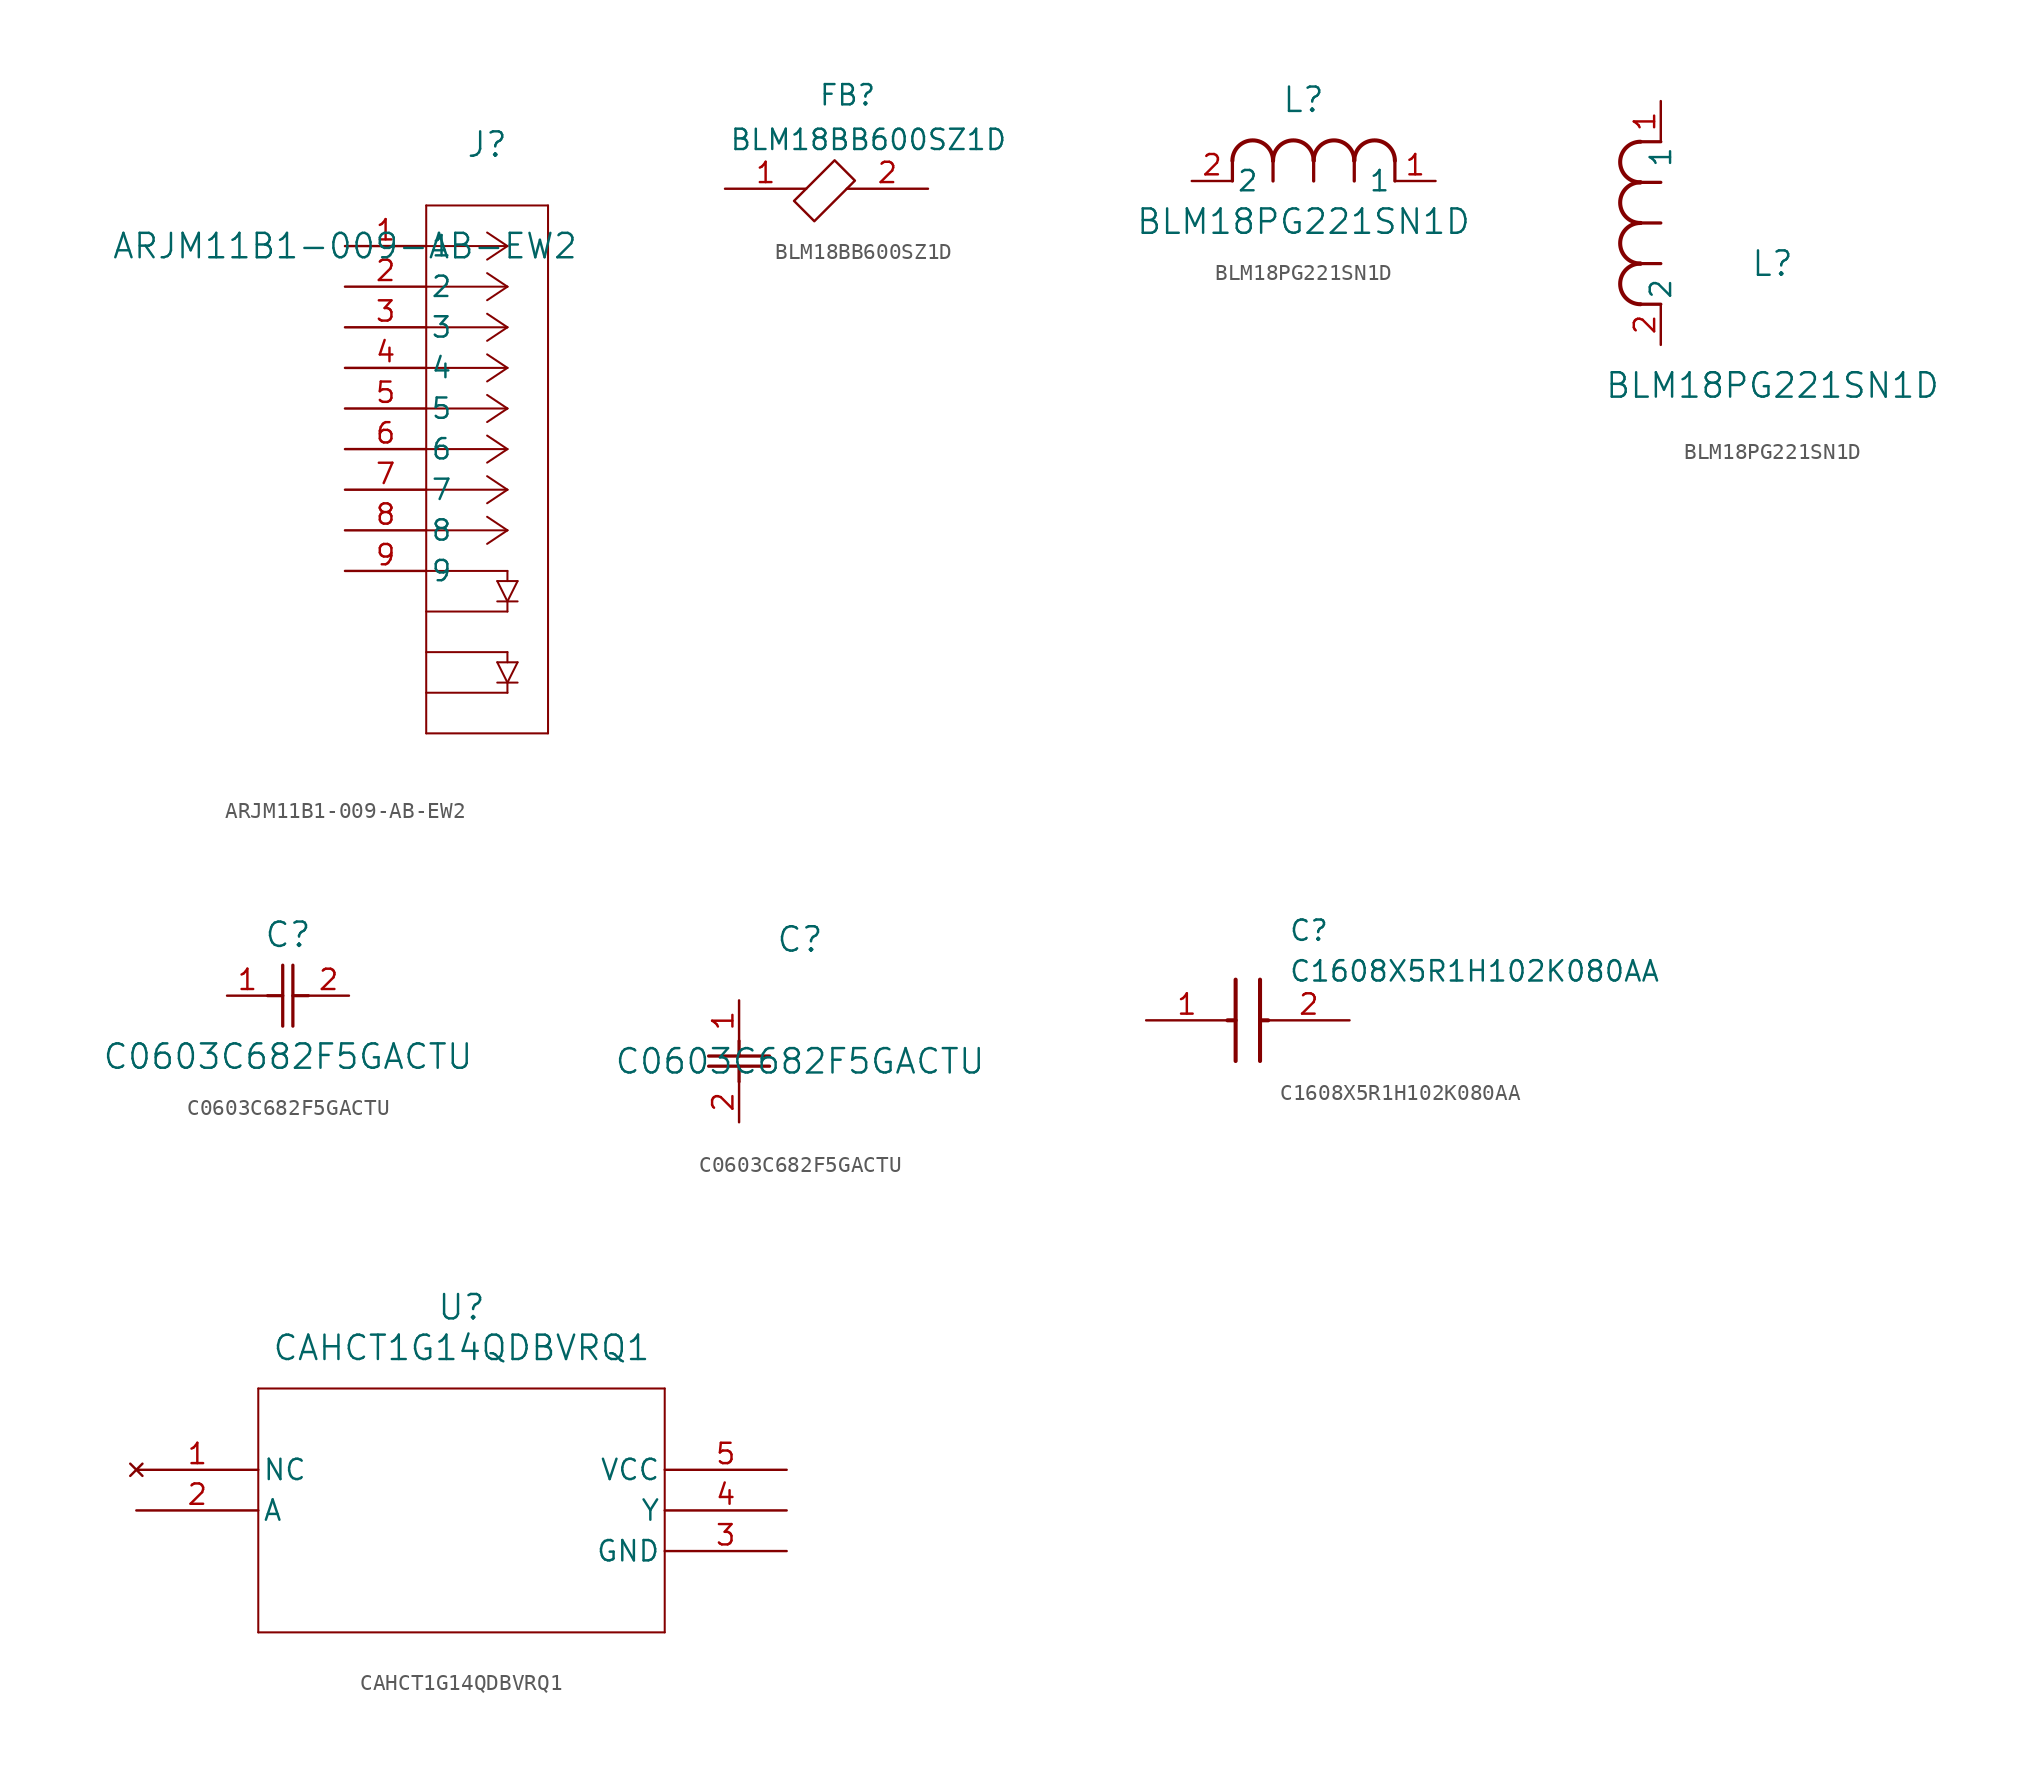
<source format=kicad_sym>
(kicad_symbol_lib
  (version 20231120)
  (generator "kicad_symbol_editor")
  (generator_version "8.0")
  (symbol "ARJM11B1-009-AB-EW2"
    (pin_names
      (offset 0.254))
    (property "Reference" "J"
      (at 8.89 6.35 0)
      (effects (font (size 1.524 1.524))))
    (property "Value" "ARJM11B1-009-AB-EW2"
      (at 0 0 0)
      (effects (font (size 1.524 1.524))))
    (property "ki_locked" ""
      (at 0 0 0)
      (effects (font (size 1.27 1.27))))
    (symbol "ARJM11B1-009-AB-EW2_0_1"
      (polyline (pts (xy 5.08 -30.48) (xy 12.7 -30.48)) (stroke (width 0.127) (type default)) (fill (type none)))
      (polyline (pts (xy 5.08 2.54) (xy 5.08 -30.48)) (stroke (width 0.127) (type default)) (fill (type none)))
      (polyline (pts (xy 9.525 -27.305) (xy 10.795 -27.305)) (stroke (width 0.127) (type default)) (fill (type none)))
      (polyline (pts (xy 9.525 -26.035) (xy 10.795 -26.035)) (stroke (width 0.127) (type default)) (fill (type none)))
      (polyline (pts (xy 9.525 -22.225) (xy 10.795 -22.225)) (stroke (width 0.127) (type default)) (fill (type none)))
      (polyline (pts (xy 9.525 -20.955) (xy 10.795 -20.955)) (stroke (width 0.127) (type default)) (fill (type none)))
      (polyline (pts (xy 10.16 -27.94) (xy 5.08 -27.94)) (stroke (width 0.127) (type default)) (fill (type none)))
      (polyline (pts (xy 10.16 -27.305) (xy 9.525 -26.035)) (stroke (width 0.127) (type default)) (fill (type none)))
      (polyline (pts (xy 10.16 -27.305) (xy 10.16 -27.94)) (stroke (width 0.127) (type default)) (fill (type none)))
      (polyline (pts (xy 10.16 -25.4) (xy 5.08 -25.4)) (stroke (width 0.127) (type default)) (fill (type none)))
      (polyline (pts (xy 10.16 -25.4) (xy 10.16 -26.035)) (stroke (width 0.127) (type default)) (fill (type none)))
      (polyline (pts (xy 10.16 -22.86) (xy 5.08 -22.86)) (stroke (width 0.127) (type default)) (fill (type none)))
      (polyline (pts (xy 10.16 -22.225) (xy 9.525 -20.955)) (stroke (width 0.127) (type default)) (fill (type none)))
      (polyline (pts (xy 10.16 -22.225) (xy 10.16 -22.86)) (stroke (width 0.127) (type default)) (fill (type none)))
      (polyline (pts (xy 10.16 -20.32) (xy 5.08 -20.32)) (stroke (width 0.127) (type default)) (fill (type none)))
      (polyline (pts (xy 10.16 -20.32) (xy 10.16 -20.955)) (stroke (width 0.127) (type default)) (fill (type none)))
      (polyline (pts (xy 10.16 -17.78) (xy 5.08 -17.78)) (stroke (width 0.127) (type default)) (fill (type none)))
      (polyline (pts (xy 10.16 -17.78) (xy 8.89 -18.627)) (stroke (width 0.127) (type default)) (fill (type none)))
      (polyline (pts (xy 10.16 -17.78) (xy 8.89 -16.933)) (stroke (width 0.127) (type default)) (fill (type none)))
      (polyline (pts (xy 10.16 -15.24) (xy 5.08 -15.24)) (stroke (width 0.127) (type default)) (fill (type none)))
      (polyline (pts (xy 10.16 -15.24) (xy 8.89 -16.087)) (stroke (width 0.127) (type default)) (fill (type none)))
      (polyline (pts (xy 10.16 -15.24) (xy 8.89 -14.393)) (stroke (width 0.127) (type default)) (fill (type none)))
      (polyline (pts (xy 10.16 -12.7) (xy 5.08 -12.7)) (stroke (width 0.127) (type default)) (fill (type none)))
      (polyline (pts (xy 10.16 -12.7) (xy 8.89 -13.547)) (stroke (width 0.127) (type default)) (fill (type none)))
      (polyline (pts (xy 10.16 -12.7) (xy 8.89 -11.853)) (stroke (width 0.127) (type default)) (fill (type none)))
      (polyline (pts (xy 10.16 -10.16) (xy 5.08 -10.16)) (stroke (width 0.127) (type default)) (fill (type none)))
      (polyline (pts (xy 10.16 -10.16) (xy 8.89 -11.007)) (stroke (width 0.127) (type default)) (fill (type none)))
      (polyline (pts (xy 10.16 -10.16) (xy 8.89 -9.313)) (stroke (width 0.127) (type default)) (fill (type none)))
      (polyline (pts (xy 10.16 -7.62) (xy 5.08 -7.62)) (stroke (width 0.127) (type default)) (fill (type none)))
      (polyline (pts (xy 10.16 -7.62) (xy 8.89 -8.467)) (stroke (width 0.127) (type default)) (fill (type none)))
      (polyline (pts (xy 10.16 -7.62) (xy 8.89 -6.773)) (stroke (width 0.127) (type default)) (fill (type none)))
      (polyline (pts (xy 10.16 -5.08) (xy 5.08 -5.08)) (stroke (width 0.127) (type default)) (fill (type none)))
      (polyline (pts (xy 10.16 -5.08) (xy 8.89 -5.927)) (stroke (width 0.127) (type default)) (fill (type none)))
      (polyline (pts (xy 10.16 -5.08) (xy 8.89 -4.233)) (stroke (width 0.127) (type default)) (fill (type none)))
      (polyline (pts (xy 10.16 -2.54) (xy 5.08 -2.54)) (stroke (width 0.127) (type default)) (fill (type none)))
      (polyline (pts (xy 10.16 -2.54) (xy 8.89 -3.387)) (stroke (width 0.127) (type default)) (fill (type none)))
      (polyline (pts (xy 10.16 -2.54) (xy 8.89 -1.693)) (stroke (width 0.127) (type default)) (fill (type none)))
      (polyline (pts (xy 10.16 0) (xy 5.08 0)) (stroke (width 0.127) (type default)) (fill (type none)))
      (polyline (pts (xy 10.16 0) (xy 8.89 -0.847)) (stroke (width 0.127) (type default)) (fill (type none)))
      (polyline (pts (xy 10.16 0) (xy 8.89 0.847)) (stroke (width 0.127) (type default)) (fill (type none)))
      (polyline (pts (xy 10.795 -26.035) (xy 10.16 -27.305)) (stroke (width 0.127) (type default)) (fill (type none)))
      (polyline (pts (xy 10.795 -20.955) (xy 10.16 -22.225)) (stroke (width 0.127) (type default)) (fill (type none)))
      (polyline (pts (xy 12.7 -30.48) (xy 12.7 2.54)) (stroke (width 0.127) (type default)) (fill (type none)))
      (polyline (pts (xy 12.7 2.54) (xy 5.08 2.54)) (stroke (width 0.127) (type default)) (fill (type none)))
      (pin unspecified line (at 0 0 0) (length 5.08) (name "1" (effects (font (size 1.27 1.27)))) (number "1" (effects (font (size 1.27 1.27)))))
      (pin unspecified line (at 0 -2.54 0) (length 5.08) (name "2" (effects (font (size 1.27 1.27)))) (number "2" (effects (font (size 1.27 1.27)))))
      (pin unspecified line (at 0 -5.08 0) (length 5.08) (name "3" (effects (font (size 1.27 1.27)))) (number "3" (effects (font (size 1.27 1.27)))))
      (pin unspecified line (at 0 -7.62 0) (length 5.08) (name "4" (effects (font (size 1.27 1.27)))) (number "4" (effects (font (size 1.27 1.27)))))
      (pin unspecified line (at 0 -10.16 0) (length 5.08) (name "5" (effects (font (size 1.27 1.27)))) (number "5" (effects (font (size 1.27 1.27)))))
      (pin unspecified line (at 0 -12.7 0) (length 5.08) (name "6" (effects (font (size 1.27 1.27)))) (number "6" (effects (font (size 1.27 1.27)))))
      (pin unspecified line (at 0 -15.24 0) (length 5.08) (name "7" (effects (font (size 1.27 1.27)))) (number "7" (effects (font (size 1.27 1.27)))))
      (pin unspecified line (at 0 -17.78 0) (length 5.08) (name "8" (effects (font (size 1.27 1.27)))) (number "8" (effects (font (size 1.27 1.27)))))
      (pin unspecified line (at 0 -20.32 0) (length 5.08) (name "9" (effects (font (size 1.27 1.27)))) (number "9" (effects (font (size 1.27 1.27)))))))
  (symbol "BLM18BB600SZ1D"
    (property "Reference" "FB"
      (at 5.842 6.604 0)
      (effects (font (size 1.27 1.27)) (justify left top)))
    (property "Value" "BLM18BB600SZ1D"
      (at 0.254 3.81 0)
      (effects (font (size 1.27 1.27)) (justify left top)))
    (symbol "BLM18BB600SZ1D_0_0"
      (pin passive line (at 0 0 0) (length 5.08) (name "1" (effects (font (size 0 0)))) (number "1" (effects (font (size 1.27 1.27)))))
      (pin passive line (at 12.7 0 180) (length 5.08) (name "2" (effects (font (size 0 0)))) (number "2" (effects (font (size 1.27 1.27))))))
    (symbol "BLM18BB600SZ1D_0_1"
      (polyline (pts (xy 4.318 -0.762) (xy 6.858 1.778) (xy 8.128 0.508) (xy 5.588 -2.032) (xy 4.318 -0.762)) (stroke (width 0.152) (type solid)) (fill (type none)))))
  (symbol "BLM18PG221SN1D"
    (pin_names
      (offset 0.254))
    (property "Reference" "L"
      (at 6.985 5.08 0)
      (effects (font (size 1.524 1.524))))
    (property "Value" "BLM18PG221SN1D"
      (at 6.985 -2.54 0)
      (effects (font (size 1.524 1.524))))
    (property "ki_locked" ""
      (at 0 0 0)
      (effects (font (size 1.27 1.27))))
    (symbol "BLM18PG221SN1D_1_1"
      (polyline (pts (xy 2.54 0) (xy 2.54 1.27)) (stroke (width 0.203) (type default)) (fill (type none)))
      (polyline (pts (xy 5.08 0) (xy 5.08 1.27)) (stroke (width 0.203) (type default)) (fill (type none)))
      (polyline (pts (xy 7.62 0) (xy 7.62 1.27)) (stroke (width 0.203) (type default)) (fill (type none)))
      (polyline (pts (xy 10.16 0) (xy 10.16 1.27)) (stroke (width 0.203) (type default)) (fill (type none)))
      (polyline (pts (xy 12.7 0) (xy 12.7 1.27)) (stroke (width 0.203) (type default)) (fill (type none)))
      (arc (start 5.08 1.27) (mid 3.81 2.54) (end 2.54 1.27) (stroke (width 0.254) (type default)) (fill (type none)))
      (arc (start 7.62 1.27) (mid 6.35 2.54) (end 5.08 1.27) (stroke (width 0.254) (type default)) (fill (type none)))
      (arc (start 10.16 1.27) (mid 8.89 2.54) (end 7.62 1.27) (stroke (width 0.254) (type default)) (fill (type none)))
      (arc (start 12.7 1.27) (mid 11.43 2.54) (end 10.16 1.27) (stroke (width 0.254) (type default)) (fill (type none)))
      (pin unspecified line (at 15.24 0 180) (length 2.54) (name "1" (effects (font (size 1.27 1.27)))) (number "1" (effects (font (size 1.27 1.27)))))
      (pin unspecified line (at 0 0 0) (length 2.54) (name "2" (effects (font (size 1.27 1.27)))) (number "2" (effects (font (size 1.27 1.27))))))
    (symbol "BLM18PG221SN1D_1_2"
      (arc (start -1.27 5.08) (mid -2.54 3.81) (end -1.27 2.54) (stroke (width 0.254) (type default)) (fill (type none)))
      (arc (start -1.27 7.62) (mid -2.54 6.35) (end -1.27 5.08) (stroke (width 0.254) (type default)) (fill (type none)))
      (arc (start -1.27 10.16) (mid -2.54 8.89) (end -1.27 7.62) (stroke (width 0.254) (type default)) (fill (type none)))
      (arc (start -1.27 12.7) (mid -2.54 11.43) (end -1.27 10.16) (stroke (width 0.254) (type default)) (fill (type none)))
      (polyline (pts (xy 0 2.54) (xy -1.27 2.54)) (stroke (width 0.203) (type default)) (fill (type none)))
      (polyline (pts (xy 0 5.08) (xy -1.27 5.08)) (stroke (width 0.203) (type default)) (fill (type none)))
      (polyline (pts (xy 0 7.62) (xy -1.27 7.62)) (stroke (width 0.203) (type default)) (fill (type none)))
      (polyline (pts (xy 0 10.16) (xy -1.27 10.16)) (stroke (width 0.203) (type default)) (fill (type none)))
      (polyline (pts (xy 0 12.7) (xy -1.27 12.7)) (stroke (width 0.203) (type default)) (fill (type none)))
      (pin unspecified line (at 0 15.24 270) (length 2.54) (name "1" (effects (font (size 1.27 1.27)))) (number "1" (effects (font (size 1.27 1.27)))))
      (pin unspecified line (at 0 0 90) (length 2.54) (name "2" (effects (font (size 1.27 1.27)))) (number "2" (effects (font (size 1.27 1.27)))))))
  (symbol "C0603C682F5GACTU"
    (pin_names
      (offset 0.254))
    (property "Reference" "C"
      (at 3.81 3.81 0)
      (effects (font (size 1.524 1.524))))
    (property "Value" "C0603C682F5GACTU"
      (at 3.81 -3.81 0)
      (effects (font (size 1.524 1.524))))
    (property "ki_locked" ""
      (at 0 0 0)
      (effects (font (size 1.27 1.27))))
    (symbol "C0603C682F5GACTU_1_1"
      (polyline (pts (xy 2.54 0) (xy 3.48 0)) (stroke (width 0.203) (type default)) (fill (type none)))
      (polyline (pts (xy 3.48 -1.905) (xy 3.48 1.905)) (stroke (width 0.203) (type default)) (fill (type none)))
      (polyline (pts (xy 4.115 -1.905) (xy 4.115 1.905)) (stroke (width 0.203) (type default)) (fill (type none)))
      (polyline (pts (xy 4.115 0) (xy 5.08 0)) (stroke (width 0.203) (type default)) (fill (type none)))
      (pin unspecified line (at 0 0 0) (length 2.54) (name "" (effects (font (size 1.27 1.27)))) (number "1" (effects (font (size 1.27 1.27)))))
      (pin unspecified line (at 7.62 0 180) (length 2.54) (name "" (effects (font (size 1.27 1.27)))) (number "2" (effects (font (size 1.27 1.27))))))
    (symbol "C0603C682F5GACTU_1_2"
      (polyline (pts (xy -1.905 -4.115) (xy 1.905 -4.115)) (stroke (width 0.203) (type default)) (fill (type none)))
      (polyline (pts (xy -1.905 -3.48) (xy 1.905 -3.48)) (stroke (width 0.203) (type default)) (fill (type none)))
      (polyline (pts (xy 0 -4.115) (xy 0 -5.08)) (stroke (width 0.203) (type default)) (fill (type none)))
      (polyline (pts (xy 0 -2.54) (xy 0 -3.48)) (stroke (width 0.203) (type default)) (fill (type none)))
      (pin unspecified line (at 0 0 270) (length 2.54) (name "" (effects (font (size 1.27 1.27)))) (number "1" (effects (font (size 1.27 1.27)))))
      (pin unspecified line (at 0 -7.62 90) (length 2.54) (name "" (effects (font (size 1.27 1.27)))) (number "2" (effects (font (size 1.27 1.27)))))))
  (symbol "C1608X5R1H102K080AA"
    (pin_names hide)
    (property "Reference" "C"
      (at 8.89 6.35 0)
      (effects (font (size 1.27 1.27)) (justify left top)))
    (property "Value" "C1608X5R1H102K080AA"
      (at 8.89 3.81 0)
      (effects (font (size 1.27 1.27)) (justify left top)))
    (symbol "C1608X5R1H102K080AA_1_1"
      (polyline (pts (xy 5.08 0) (xy 5.588 0)) (stroke (width 0.254) (type default)) (fill (type none)))
      (polyline (pts (xy 5.588 2.54) (xy 5.588 -2.54)) (stroke (width 0.254) (type default)) (fill (type none)))
      (polyline (pts (xy 7.112 0) (xy 7.62 0)) (stroke (width 0.254) (type default)) (fill (type none)))
      (polyline (pts (xy 7.112 2.54) (xy 7.112 -2.54)) (stroke (width 0.254) (type default)) (fill (type none)))
      (pin passive line (at 0 0 0) (length 5.08) (name "1" (effects (font (size 1.27 1.27)))) (number "1" (effects (font (size 1.27 1.27)))))
      (pin passive line (at 12.7 0 180) (length 5.08) (name "2" (effects (font (size 1.27 1.27)))) (number "2" (effects (font (size 1.27 1.27)))))))
  (symbol "CAHCT1G14QDBVRQ1"
    (pin_names
      (offset 0.254))
    (property "Reference" "U"
      (at 20.32 10.16 0)
      (effects (font (size 1.524 1.524))))
    (property "Value" "CAHCT1G14QDBVRQ1"
      (at 20.32 7.62 0)
      (effects (font (size 1.524 1.524))))
    (property "ki_locked" ""
      (at 0 0 0)
      (effects (font (size 1.27 1.27))))
    (symbol "CAHCT1G14QDBVRQ1_0_1"
      (polyline (pts (xy 7.62 -10.16) (xy 33.02 -10.16)) (stroke (width 0.127) (type default)) (fill (type none)))
      (polyline (pts (xy 7.62 5.08) (xy 7.62 -10.16)) (stroke (width 0.127) (type default)) (fill (type none)))
      (polyline (pts (xy 33.02 -10.16) (xy 33.02 5.08)) (stroke (width 0.127) (type default)) (fill (type none)))
      (polyline (pts (xy 33.02 5.08) (xy 7.62 5.08)) (stroke (width 0.127) (type default)) (fill (type none)))
      (pin no_connect line (at 0 0 0) (length 7.62) (name "NC" (effects (font (size 1.27 1.27)))) (number "1" (effects (font (size 1.27 1.27)))))
      (pin input line (at 0 -2.54 0) (length 7.62) (name "A" (effects (font (size 1.27 1.27)))) (number "2" (effects (font (size 1.27 1.27)))))
      (pin power_out line (at 40.64 -5.08 180) (length 7.62) (name "GND" (effects (font (size 1.27 1.27)))) (number "3" (effects (font (size 1.27 1.27)))))
      (pin output line (at 40.64 -2.54 180) (length 7.62) (name "Y" (effects (font (size 1.27 1.27)))) (number "4" (effects (font (size 1.27 1.27)))))
      (pin power_in line (at 40.64 0 180) (length 7.62) (name "VCC" (effects (font (size 1.27 1.27)))) (number "5" (effects (font (size 1.27 1.27))))))))
</source>
